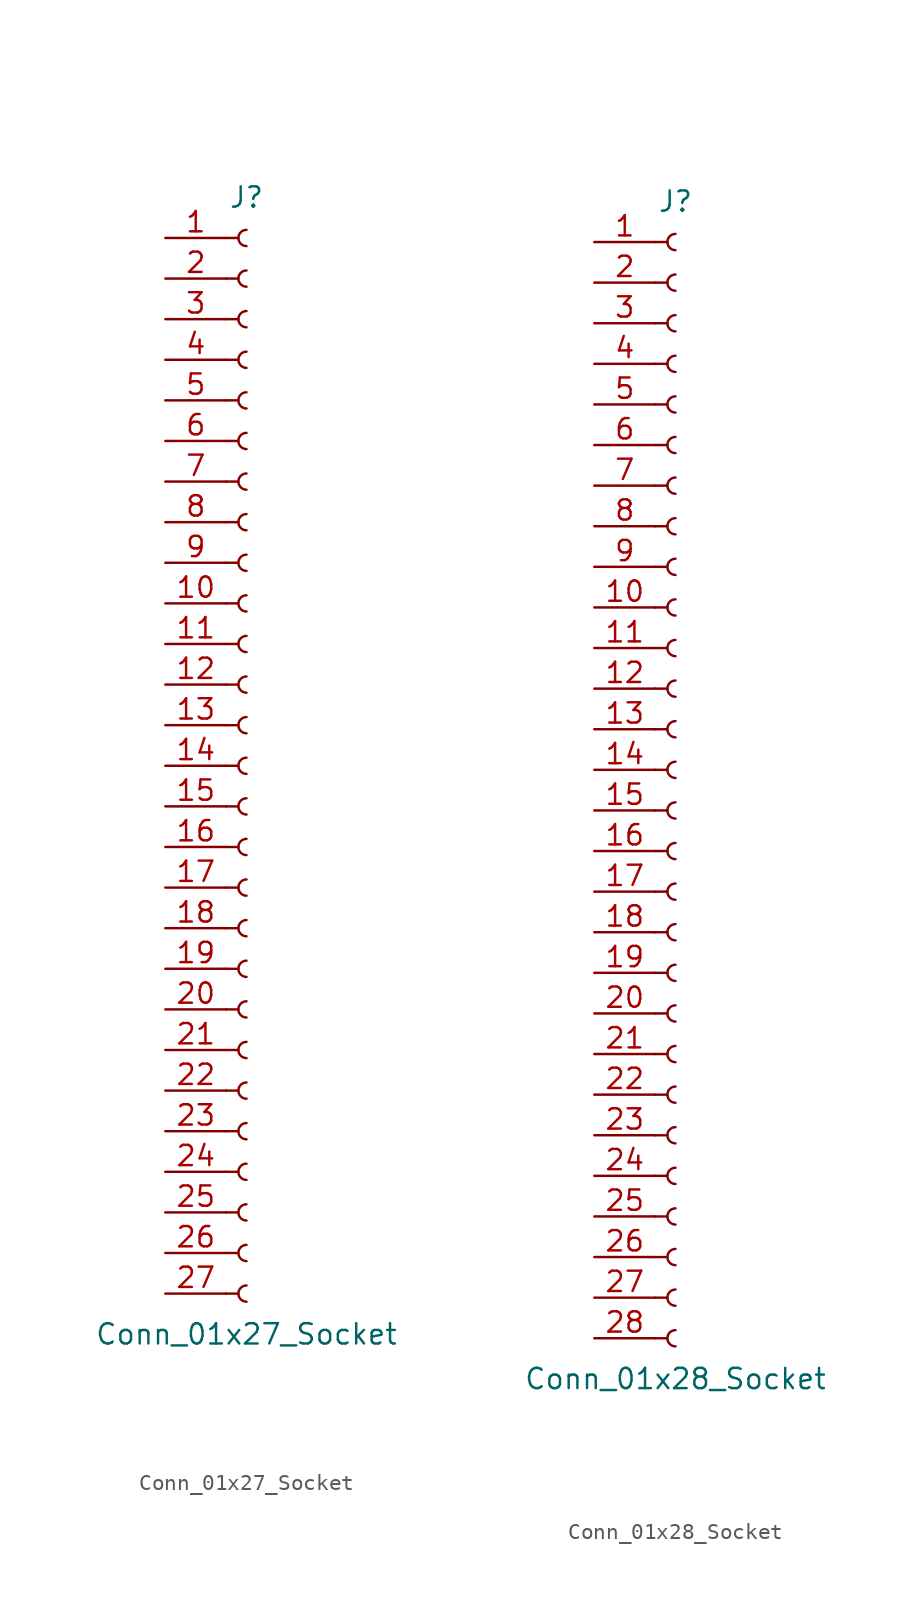
<source format=kicad_sym>
(kicad_symbol_lib
  (version 20220914)
  (generator kicad_symbol_editor)
  (symbol "Conn_01x27_Socket"
    (pin_names
      (offset 1.016) hide)
    (property "Reference" "J"
      (at 0 35.56 0)
      (effects (font (size 1.27 1.27))))
    (property "Value" "Conn_01x27_Socket"
      (at 0 -35.56 0)
      (effects (font (size 1.27 1.27))))
    (property "ki_locked" ""
      (at 0 0 0)
      (effects (font (size 1.27 1.27))))
    (symbol "Conn_01x27_Socket_1_1"
      (arc (start 0 -32.512) (mid -0.5058 -33.02) (end 0 -33.528) (stroke (width 0.1524) (type default)) (fill (type none)))
      (arc (start 0 -29.972) (mid -0.5058 -30.48) (end 0 -30.988) (stroke (width 0.1524) (type default)) (fill (type none)))
      (arc (start 0 -27.432) (mid -0.5058 -27.94) (end 0 -28.448) (stroke (width 0.1524) (type default)) (fill (type none)))
      (arc (start 0 -24.892) (mid -0.5058 -25.4) (end 0 -25.908) (stroke (width 0.1524) (type default)) (fill (type none)))
      (arc (start 0 -22.352) (mid -0.5058 -22.86) (end 0 -23.368) (stroke (width 0.1524) (type default)) (fill (type none)))
      (arc (start 0 -19.812) (mid -0.5058 -20.32) (end 0 -20.828) (stroke (width 0.1524) (type default)) (fill (type none)))
      (arc (start 0 -17.272) (mid -0.5058 -17.78) (end 0 -18.288) (stroke (width 0.1524) (type default)) (fill (type none)))
      (arc (start 0 -14.732) (mid -0.5058 -15.24) (end 0 -15.748) (stroke (width 0.1524) (type default)) (fill (type none)))
      (arc (start 0 -12.192) (mid -0.5058 -12.7) (end 0 -13.208) (stroke (width 0.1524) (type default)) (fill (type none)))
      (arc (start 0 -9.652) (mid -0.5058 -10.16) (end 0 -10.668) (stroke (width 0.1524) (type default)) (fill (type none)))
      (arc (start 0 -7.112) (mid -0.5058 -7.62) (end 0 -8.128) (stroke (width 0.1524) (type default)) (fill (type none)))
      (arc (start 0 -4.572) (mid -0.5058 -5.08) (end 0 -5.588) (stroke (width 0.1524) (type default)) (fill (type none)))
      (arc (start 0 -2.032) (mid -0.5058 -2.54) (end 0 -3.048) (stroke (width 0.1524) (type default)) (fill (type none)))
      (polyline (pts (xy -1.27 -33.02) (xy -0.508 -33.02)) (stroke (width 0.152) (type default)) (fill (type none)))
      (polyline (pts (xy -1.27 -30.48) (xy -0.508 -30.48)) (stroke (width 0.152) (type default)) (fill (type none)))
      (polyline (pts (xy -1.27 -27.94) (xy -0.508 -27.94)) (stroke (width 0.152) (type default)) (fill (type none)))
      (polyline (pts (xy -1.27 -25.4) (xy -0.508 -25.4)) (stroke (width 0.152) (type default)) (fill (type none)))
      (polyline (pts (xy -1.27 -22.86) (xy -0.508 -22.86)) (stroke (width 0.152) (type default)) (fill (type none)))
      (polyline (pts (xy -1.27 -20.32) (xy -0.508 -20.32)) (stroke (width 0.152) (type default)) (fill (type none)))
      (polyline (pts (xy -1.27 -17.78) (xy -0.508 -17.78)) (stroke (width 0.152) (type default)) (fill (type none)))
      (polyline (pts (xy -1.27 -15.24) (xy -0.508 -15.24)) (stroke (width 0.152) (type default)) (fill (type none)))
      (polyline (pts (xy -1.27 -12.7) (xy -0.508 -12.7)) (stroke (width 0.152) (type default)) (fill (type none)))
      (polyline (pts (xy -1.27 -10.16) (xy -0.508 -10.16)) (stroke (width 0.152) (type default)) (fill (type none)))
      (polyline (pts (xy -1.27 -7.62) (xy -0.508 -7.62)) (stroke (width 0.152) (type default)) (fill (type none)))
      (polyline (pts (xy -1.27 -5.08) (xy -0.508 -5.08)) (stroke (width 0.152) (type default)) (fill (type none)))
      (polyline (pts (xy -1.27 -2.54) (xy -0.508 -2.54)) (stroke (width 0.152) (type default)) (fill (type none)))
      (polyline (pts (xy -1.27 0) (xy -0.508 0)) (stroke (width 0.152) (type default)) (fill (type none)))
      (polyline (pts (xy -1.27 2.54) (xy -0.508 2.54)) (stroke (width 0.152) (type default)) (fill (type none)))
      (polyline (pts (xy -1.27 5.08) (xy -0.508 5.08)) (stroke (width 0.152) (type default)) (fill (type none)))
      (polyline (pts (xy -1.27 7.62) (xy -0.508 7.62)) (stroke (width 0.152) (type default)) (fill (type none)))
      (polyline (pts (xy -1.27 10.16) (xy -0.508 10.16)) (stroke (width 0.152) (type default)) (fill (type none)))
      (polyline (pts (xy -1.27 12.7) (xy -0.508 12.7)) (stroke (width 0.152) (type default)) (fill (type none)))
      (polyline (pts (xy -1.27 15.24) (xy -0.508 15.24)) (stroke (width 0.152) (type default)) (fill (type none)))
      (polyline (pts (xy -1.27 17.78) (xy -0.508 17.78)) (stroke (width 0.152) (type default)) (fill (type none)))
      (polyline (pts (xy -1.27 20.32) (xy -0.508 20.32)) (stroke (width 0.152) (type default)) (fill (type none)))
      (polyline (pts (xy -1.27 22.86) (xy -0.508 22.86)) (stroke (width 0.152) (type default)) (fill (type none)))
      (polyline (pts (xy -1.27 25.4) (xy -0.508 25.4)) (stroke (width 0.152) (type default)) (fill (type none)))
      (polyline (pts (xy -1.27 27.94) (xy -0.508 27.94)) (stroke (width 0.152) (type default)) (fill (type none)))
      (polyline (pts (xy -1.27 30.48) (xy -0.508 30.48)) (stroke (width 0.152) (type default)) (fill (type none)))
      (polyline (pts (xy -1.27 33.02) (xy -0.508 33.02)) (stroke (width 0.152) (type default)) (fill (type none)))
      (arc (start 0 0.508) (mid -0.5058 0) (end 0 -0.508) (stroke (width 0.1524) (type default)) (fill (type none)))
      (arc (start 0 3.048) (mid -0.5058 2.54) (end 0 2.032) (stroke (width 0.1524) (type default)) (fill (type none)))
      (arc (start 0 5.588) (mid -0.5058 5.08) (end 0 4.572) (stroke (width 0.1524) (type default)) (fill (type none)))
      (arc (start 0 8.128) (mid -0.5058 7.62) (end 0 7.112) (stroke (width 0.1524) (type default)) (fill (type none)))
      (arc (start 0 10.668) (mid -0.5058 10.16) (end 0 9.652) (stroke (width 0.1524) (type default)) (fill (type none)))
      (arc (start 0 13.208) (mid -0.5058 12.7) (end 0 12.192) (stroke (width 0.1524) (type default)) (fill (type none)))
      (arc (start 0 15.748) (mid -0.5058 15.24) (end 0 14.732) (stroke (width 0.1524) (type default)) (fill (type none)))
      (arc (start 0 18.288) (mid -0.5058 17.78) (end 0 17.272) (stroke (width 0.1524) (type default)) (fill (type none)))
      (arc (start 0 20.828) (mid -0.5058 20.32) (end 0 19.812) (stroke (width 0.1524) (type default)) (fill (type none)))
      (arc (start 0 23.368) (mid -0.5058 22.86) (end 0 22.352) (stroke (width 0.1524) (type default)) (fill (type none)))
      (arc (start 0 25.908) (mid -0.5058 25.4) (end 0 24.892) (stroke (width 0.1524) (type default)) (fill (type none)))
      (arc (start 0 28.448) (mid -0.5058 27.94) (end 0 27.432) (stroke (width 0.1524) (type default)) (fill (type none)))
      (arc (start 0 30.988) (mid -0.5058 30.48) (end 0 29.972) (stroke (width 0.1524) (type default)) (fill (type none)))
      (arc (start 0 33.528) (mid -0.5058 33.02) (end 0 32.512) (stroke (width 0.1524) (type default)) (fill (type none)))
      (pin passive line (at -5.08 33.02 0) (length 3.81) (name "Pin_1" (effects (font (size 1.27 1.27)))) (number "1" (effects (font (size 1.27 1.27)))))
      (pin passive line (at -5.08 10.16 0) (length 3.81) (name "Pin_10" (effects (font (size 1.27 1.27)))) (number "10" (effects (font (size 1.27 1.27)))))
      (pin passive line (at -5.08 7.62 0) (length 3.81) (name "Pin_11" (effects (font (size 1.27 1.27)))) (number "11" (effects (font (size 1.27 1.27)))))
      (pin passive line (at -5.08 5.08 0) (length 3.81) (name "Pin_12" (effects (font (size 1.27 1.27)))) (number "12" (effects (font (size 1.27 1.27)))))
      (pin passive line (at -5.08 2.54 0) (length 3.81) (name "Pin_13" (effects (font (size 1.27 1.27)))) (number "13" (effects (font (size 1.27 1.27)))))
      (pin passive line (at -5.08 0 0) (length 3.81) (name "Pin_14" (effects (font (size 1.27 1.27)))) (number "14" (effects (font (size 1.27 1.27)))))
      (pin passive line (at -5.08 -2.54 0) (length 3.81) (name "Pin_15" (effects (font (size 1.27 1.27)))) (number "15" (effects (font (size 1.27 1.27)))))
      (pin passive line (at -5.08 -5.08 0) (length 3.81) (name "Pin_16" (effects (font (size 1.27 1.27)))) (number "16" (effects (font (size 1.27 1.27)))))
      (pin passive line (at -5.08 -7.62 0) (length 3.81) (name "Pin_17" (effects (font (size 1.27 1.27)))) (number "17" (effects (font (size 1.27 1.27)))))
      (pin passive line (at -5.08 -10.16 0) (length 3.81) (name "Pin_18" (effects (font (size 1.27 1.27)))) (number "18" (effects (font (size 1.27 1.27)))))
      (pin passive line (at -5.08 -12.7 0) (length 3.81) (name "Pin_19" (effects (font (size 1.27 1.27)))) (number "19" (effects (font (size 1.27 1.27)))))
      (pin passive line (at -5.08 30.48 0) (length 3.81) (name "Pin_2" (effects (font (size 1.27 1.27)))) (number "2" (effects (font (size 1.27 1.27)))))
      (pin passive line (at -5.08 -15.24 0) (length 3.81) (name "Pin_20" (effects (font (size 1.27 1.27)))) (number "20" (effects (font (size 1.27 1.27)))))
      (pin passive line (at -5.08 -17.78 0) (length 3.81) (name "Pin_21" (effects (font (size 1.27 1.27)))) (number "21" (effects (font (size 1.27 1.27)))))
      (pin passive line (at -5.08 -20.32 0) (length 3.81) (name "Pin_22" (effects (font (size 1.27 1.27)))) (number "22" (effects (font (size 1.27 1.27)))))
      (pin passive line (at -5.08 -22.86 0) (length 3.81) (name "Pin_23" (effects (font (size 1.27 1.27)))) (number "23" (effects (font (size 1.27 1.27)))))
      (pin passive line (at -5.08 -25.4 0) (length 3.81) (name "Pin_24" (effects (font (size 1.27 1.27)))) (number "24" (effects (font (size 1.27 1.27)))))
      (pin passive line (at -5.08 -27.94 0) (length 3.81) (name "Pin_25" (effects (font (size 1.27 1.27)))) (number "25" (effects (font (size 1.27 1.27)))))
      (pin passive line (at -5.08 -30.48 0) (length 3.81) (name "Pin_26" (effects (font (size 1.27 1.27)))) (number "26" (effects (font (size 1.27 1.27)))))
      (pin passive line (at -5.08 -33.02 0) (length 3.81) (name "Pin_27" (effects (font (size 1.27 1.27)))) (number "27" (effects (font (size 1.27 1.27)))))
      (pin passive line (at -5.08 27.94 0) (length 3.81) (name "Pin_3" (effects (font (size 1.27 1.27)))) (number "3" (effects (font (size 1.27 1.27)))))
      (pin passive line (at -5.08 25.4 0) (length 3.81) (name "Pin_4" (effects (font (size 1.27 1.27)))) (number "4" (effects (font (size 1.27 1.27)))))
      (pin passive line (at -5.08 22.86 0) (length 3.81) (name "Pin_5" (effects (font (size 1.27 1.27)))) (number "5" (effects (font (size 1.27 1.27)))))
      (pin passive line (at -5.08 20.32 0) (length 3.81) (name "Pin_6" (effects (font (size 1.27 1.27)))) (number "6" (effects (font (size 1.27 1.27)))))
      (pin passive line (at -5.08 17.78 0) (length 3.81) (name "Pin_7" (effects (font (size 1.27 1.27)))) (number "7" (effects (font (size 1.27 1.27)))))
      (pin passive line (at -5.08 15.24 0) (length 3.81) (name "Pin_8" (effects (font (size 1.27 1.27)))) (number "8" (effects (font (size 1.27 1.27)))))
      (pin passive line (at -5.08 12.7 0) (length 3.81) (name "Pin_9" (effects (font (size 1.27 1.27)))) (number "9" (effects (font (size 1.27 1.27)))))))
  (symbol "Conn_01x28_Socket"
    (pin_names
      (offset 1.016) hide)
    (property "Reference" "J"
      (at 0 35.56 0)
      (effects (font (size 1.27 1.27))))
    (property "Value" "Conn_01x28_Socket"
      (at 0 -38.1 0)
      (effects (font (size 1.27 1.27))))
    (property "ki_locked" ""
      (at 0 0 0)
      (effects (font (size 1.27 1.27))))
    (symbol "Conn_01x28_Socket_1_1"
      (arc (start 0 -35.052) (mid -0.5058 -35.56) (end 0 -36.068) (stroke (width 0.1524) (type default)) (fill (type none)))
      (arc (start 0 -32.512) (mid -0.5058 -33.02) (end 0 -33.528) (stroke (width 0.1524) (type default)) (fill (type none)))
      (arc (start 0 -29.972) (mid -0.5058 -30.48) (end 0 -30.988) (stroke (width 0.1524) (type default)) (fill (type none)))
      (arc (start 0 -27.432) (mid -0.5058 -27.94) (end 0 -28.448) (stroke (width 0.1524) (type default)) (fill (type none)))
      (arc (start 0 -24.892) (mid -0.5058 -25.4) (end 0 -25.908) (stroke (width 0.1524) (type default)) (fill (type none)))
      (arc (start 0 -22.352) (mid -0.5058 -22.86) (end 0 -23.368) (stroke (width 0.1524) (type default)) (fill (type none)))
      (arc (start 0 -19.812) (mid -0.5058 -20.32) (end 0 -20.828) (stroke (width 0.1524) (type default)) (fill (type none)))
      (arc (start 0 -17.272) (mid -0.5058 -17.78) (end 0 -18.288) (stroke (width 0.1524) (type default)) (fill (type none)))
      (arc (start 0 -14.732) (mid -0.5058 -15.24) (end 0 -15.748) (stroke (width 0.1524) (type default)) (fill (type none)))
      (arc (start 0 -12.192) (mid -0.5058 -12.7) (end 0 -13.208) (stroke (width 0.1524) (type default)) (fill (type none)))
      (arc (start 0 -9.652) (mid -0.5058 -10.16) (end 0 -10.668) (stroke (width 0.1524) (type default)) (fill (type none)))
      (arc (start 0 -7.112) (mid -0.5058 -7.62) (end 0 -8.128) (stroke (width 0.1524) (type default)) (fill (type none)))
      (arc (start 0 -4.572) (mid -0.5058 -5.08) (end 0 -5.588) (stroke (width 0.1524) (type default)) (fill (type none)))
      (arc (start 0 -2.032) (mid -0.5058 -2.54) (end 0 -3.048) (stroke (width 0.1524) (type default)) (fill (type none)))
      (polyline (pts (xy -1.27 -35.56) (xy -0.508 -35.56)) (stroke (width 0.152) (type default)) (fill (type none)))
      (polyline (pts (xy -1.27 -33.02) (xy -0.508 -33.02)) (stroke (width 0.152) (type default)) (fill (type none)))
      (polyline (pts (xy -1.27 -30.48) (xy -0.508 -30.48)) (stroke (width 0.152) (type default)) (fill (type none)))
      (polyline (pts (xy -1.27 -27.94) (xy -0.508 -27.94)) (stroke (width 0.152) (type default)) (fill (type none)))
      (polyline (pts (xy -1.27 -25.4) (xy -0.508 -25.4)) (stroke (width 0.152) (type default)) (fill (type none)))
      (polyline (pts (xy -1.27 -22.86) (xy -0.508 -22.86)) (stroke (width 0.152) (type default)) (fill (type none)))
      (polyline (pts (xy -1.27 -20.32) (xy -0.508 -20.32)) (stroke (width 0.152) (type default)) (fill (type none)))
      (polyline (pts (xy -1.27 -17.78) (xy -0.508 -17.78)) (stroke (width 0.152) (type default)) (fill (type none)))
      (polyline (pts (xy -1.27 -15.24) (xy -0.508 -15.24)) (stroke (width 0.152) (type default)) (fill (type none)))
      (polyline (pts (xy -1.27 -12.7) (xy -0.508 -12.7)) (stroke (width 0.152) (type default)) (fill (type none)))
      (polyline (pts (xy -1.27 -10.16) (xy -0.508 -10.16)) (stroke (width 0.152) (type default)) (fill (type none)))
      (polyline (pts (xy -1.27 -7.62) (xy -0.508 -7.62)) (stroke (width 0.152) (type default)) (fill (type none)))
      (polyline (pts (xy -1.27 -5.08) (xy -0.508 -5.08)) (stroke (width 0.152) (type default)) (fill (type none)))
      (polyline (pts (xy -1.27 -2.54) (xy -0.508 -2.54)) (stroke (width 0.152) (type default)) (fill (type none)))
      (polyline (pts (xy -1.27 0) (xy -0.508 0)) (stroke (width 0.152) (type default)) (fill (type none)))
      (polyline (pts (xy -1.27 2.54) (xy -0.508 2.54)) (stroke (width 0.152) (type default)) (fill (type none)))
      (polyline (pts (xy -1.27 5.08) (xy -0.508 5.08)) (stroke (width 0.152) (type default)) (fill (type none)))
      (polyline (pts (xy -1.27 7.62) (xy -0.508 7.62)) (stroke (width 0.152) (type default)) (fill (type none)))
      (polyline (pts (xy -1.27 10.16) (xy -0.508 10.16)) (stroke (width 0.152) (type default)) (fill (type none)))
      (polyline (pts (xy -1.27 12.7) (xy -0.508 12.7)) (stroke (width 0.152) (type default)) (fill (type none)))
      (polyline (pts (xy -1.27 15.24) (xy -0.508 15.24)) (stroke (width 0.152) (type default)) (fill (type none)))
      (polyline (pts (xy -1.27 17.78) (xy -0.508 17.78)) (stroke (width 0.152) (type default)) (fill (type none)))
      (polyline (pts (xy -1.27 20.32) (xy -0.508 20.32)) (stroke (width 0.152) (type default)) (fill (type none)))
      (polyline (pts (xy -1.27 22.86) (xy -0.508 22.86)) (stroke (width 0.152) (type default)) (fill (type none)))
      (polyline (pts (xy -1.27 25.4) (xy -0.508 25.4)) (stroke (width 0.152) (type default)) (fill (type none)))
      (polyline (pts (xy -1.27 27.94) (xy -0.508 27.94)) (stroke (width 0.152) (type default)) (fill (type none)))
      (polyline (pts (xy -1.27 30.48) (xy -0.508 30.48)) (stroke (width 0.152) (type default)) (fill (type none)))
      (polyline (pts (xy -1.27 33.02) (xy -0.508 33.02)) (stroke (width 0.152) (type default)) (fill (type none)))
      (arc (start 0 0.508) (mid -0.5058 0) (end 0 -0.508) (stroke (width 0.1524) (type default)) (fill (type none)))
      (arc (start 0 3.048) (mid -0.5058 2.54) (end 0 2.032) (stroke (width 0.1524) (type default)) (fill (type none)))
      (arc (start 0 5.588) (mid -0.5058 5.08) (end 0 4.572) (stroke (width 0.1524) (type default)) (fill (type none)))
      (arc (start 0 8.128) (mid -0.5058 7.62) (end 0 7.112) (stroke (width 0.1524) (type default)) (fill (type none)))
      (arc (start 0 10.668) (mid -0.5058 10.16) (end 0 9.652) (stroke (width 0.1524) (type default)) (fill (type none)))
      (arc (start 0 13.208) (mid -0.5058 12.7) (end 0 12.192) (stroke (width 0.1524) (type default)) (fill (type none)))
      (arc (start 0 15.748) (mid -0.5058 15.24) (end 0 14.732) (stroke (width 0.1524) (type default)) (fill (type none)))
      (arc (start 0 18.288) (mid -0.5058 17.78) (end 0 17.272) (stroke (width 0.1524) (type default)) (fill (type none)))
      (arc (start 0 20.828) (mid -0.5058 20.32) (end 0 19.812) (stroke (width 0.1524) (type default)) (fill (type none)))
      (arc (start 0 23.368) (mid -0.5058 22.86) (end 0 22.352) (stroke (width 0.1524) (type default)) (fill (type none)))
      (arc (start 0 25.908) (mid -0.5058 25.4) (end 0 24.892) (stroke (width 0.1524) (type default)) (fill (type none)))
      (arc (start 0 28.448) (mid -0.5058 27.94) (end 0 27.432) (stroke (width 0.1524) (type default)) (fill (type none)))
      (arc (start 0 30.988) (mid -0.5058 30.48) (end 0 29.972) (stroke (width 0.1524) (type default)) (fill (type none)))
      (arc (start 0 33.528) (mid -0.5058 33.02) (end 0 32.512) (stroke (width 0.1524) (type default)) (fill (type none)))
      (pin passive line (at -5.08 33.02 0) (length 3.81) (name "Pin_1" (effects (font (size 1.27 1.27)))) (number "1" (effects (font (size 1.27 1.27)))))
      (pin passive line (at -5.08 10.16 0) (length 3.81) (name "Pin_10" (effects (font (size 1.27 1.27)))) (number "10" (effects (font (size 1.27 1.27)))))
      (pin passive line (at -5.08 7.62 0) (length 3.81) (name "Pin_11" (effects (font (size 1.27 1.27)))) (number "11" (effects (font (size 1.27 1.27)))))
      (pin passive line (at -5.08 5.08 0) (length 3.81) (name "Pin_12" (effects (font (size 1.27 1.27)))) (number "12" (effects (font (size 1.27 1.27)))))
      (pin passive line (at -5.08 2.54 0) (length 3.81) (name "Pin_13" (effects (font (size 1.27 1.27)))) (number "13" (effects (font (size 1.27 1.27)))))
      (pin passive line (at -5.08 0 0) (length 3.81) (name "Pin_14" (effects (font (size 1.27 1.27)))) (number "14" (effects (font (size 1.27 1.27)))))
      (pin passive line (at -5.08 -2.54 0) (length 3.81) (name "Pin_15" (effects (font (size 1.27 1.27)))) (number "15" (effects (font (size 1.27 1.27)))))
      (pin passive line (at -5.08 -5.08 0) (length 3.81) (name "Pin_16" (effects (font (size 1.27 1.27)))) (number "16" (effects (font (size 1.27 1.27)))))
      (pin passive line (at -5.08 -7.62 0) (length 3.81) (name "Pin_17" (effects (font (size 1.27 1.27)))) (number "17" (effects (font (size 1.27 1.27)))))
      (pin passive line (at -5.08 -10.16 0) (length 3.81) (name "Pin_18" (effects (font (size 1.27 1.27)))) (number "18" (effects (font (size 1.27 1.27)))))
      (pin passive line (at -5.08 -12.7 0) (length 3.81) (name "Pin_19" (effects (font (size 1.27 1.27)))) (number "19" (effects (font (size 1.27 1.27)))))
      (pin passive line (at -5.08 30.48 0) (length 3.81) (name "Pin_2" (effects (font (size 1.27 1.27)))) (number "2" (effects (font (size 1.27 1.27)))))
      (pin passive line (at -5.08 -15.24 0) (length 3.81) (name "Pin_20" (effects (font (size 1.27 1.27)))) (number "20" (effects (font (size 1.27 1.27)))))
      (pin passive line (at -5.08 -17.78 0) (length 3.81) (name "Pin_21" (effects (font (size 1.27 1.27)))) (number "21" (effects (font (size 1.27 1.27)))))
      (pin passive line (at -5.08 -20.32 0) (length 3.81) (name "Pin_22" (effects (font (size 1.27 1.27)))) (number "22" (effects (font (size 1.27 1.27)))))
      (pin passive line (at -5.08 -22.86 0) (length 3.81) (name "Pin_23" (effects (font (size 1.27 1.27)))) (number "23" (effects (font (size 1.27 1.27)))))
      (pin passive line (at -5.08 -25.4 0) (length 3.81) (name "Pin_24" (effects (font (size 1.27 1.27)))) (number "24" (effects (font (size 1.27 1.27)))))
      (pin passive line (at -5.08 -27.94 0) (length 3.81) (name "Pin_25" (effects (font (size 1.27 1.27)))) (number "25" (effects (font (size 1.27 1.27)))))
      (pin passive line (at -5.08 -30.48 0) (length 3.81) (name "Pin_26" (effects (font (size 1.27 1.27)))) (number "26" (effects (font (size 1.27 1.27)))))
      (pin passive line (at -5.08 -33.02 0) (length 3.81) (name "Pin_27" (effects (font (size 1.27 1.27)))) (number "27" (effects (font (size 1.27 1.27)))))
      (pin passive line (at -5.08 -35.56 0) (length 3.81) (name "Pin_28" (effects (font (size 1.27 1.27)))) (number "28" (effects (font (size 1.27 1.27)))))
      (pin passive line (at -5.08 27.94 0) (length 3.81) (name "Pin_3" (effects (font (size 1.27 1.27)))) (number "3" (effects (font (size 1.27 1.27)))))
      (pin passive line (at -5.08 25.4 0) (length 3.81) (name "Pin_4" (effects (font (size 1.27 1.27)))) (number "4" (effects (font (size 1.27 1.27)))))
      (pin passive line (at -5.08 22.86 0) (length 3.81) (name "Pin_5" (effects (font (size 1.27 1.27)))) (number "5" (effects (font (size 1.27 1.27)))))
      (pin passive line (at -5.08 20.32 0) (length 3.81) (name "Pin_6" (effects (font (size 1.27 1.27)))) (number "6" (effects (font (size 1.27 1.27)))))
      (pin passive line (at -5.08 17.78 0) (length 3.81) (name "Pin_7" (effects (font (size 1.27 1.27)))) (number "7" (effects (font (size 1.27 1.27)))))
      (pin passive line (at -5.08 15.24 0) (length 3.81) (name "Pin_8" (effects (font (size 1.27 1.27)))) (number "8" (effects (font (size 1.27 1.27)))))
      (pin passive line (at -5.08 12.7 0) (length 3.81) (name "Pin_9" (effects (font (size 1.27 1.27)))) (number "9" (effects (font (size 1.27 1.27))))))))
</source>
